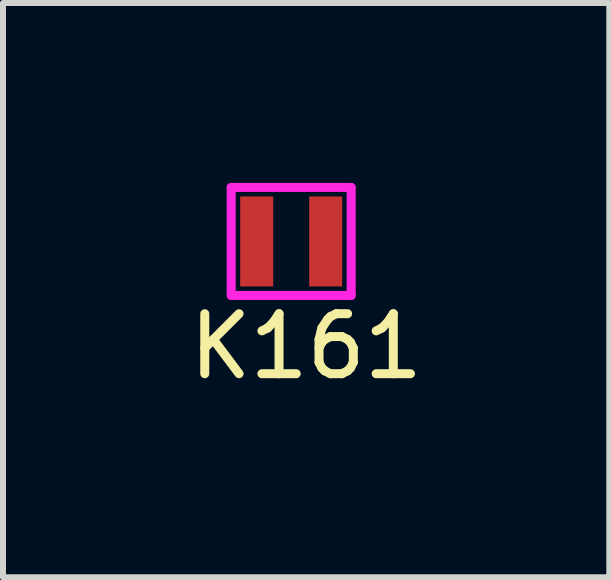
<source format=kicad_pcb>
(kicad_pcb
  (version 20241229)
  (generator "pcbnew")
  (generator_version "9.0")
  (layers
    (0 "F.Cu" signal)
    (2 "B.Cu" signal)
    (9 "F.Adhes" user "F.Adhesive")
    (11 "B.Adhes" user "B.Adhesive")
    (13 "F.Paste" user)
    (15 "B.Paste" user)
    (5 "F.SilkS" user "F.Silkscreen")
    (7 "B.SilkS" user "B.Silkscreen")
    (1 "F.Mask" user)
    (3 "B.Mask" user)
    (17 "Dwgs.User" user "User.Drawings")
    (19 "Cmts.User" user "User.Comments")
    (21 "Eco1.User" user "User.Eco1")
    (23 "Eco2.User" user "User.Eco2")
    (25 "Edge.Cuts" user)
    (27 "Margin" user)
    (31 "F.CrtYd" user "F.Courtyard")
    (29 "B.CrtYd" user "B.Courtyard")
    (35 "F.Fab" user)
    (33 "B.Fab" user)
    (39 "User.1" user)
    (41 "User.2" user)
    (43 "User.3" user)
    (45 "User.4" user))
  (footprint "K161"
    (layer "F.Cu")
    (at 1.804 0.975)
    (property "Reference" "K161" (at 0.25 1.75 0) (layer "F.SilkS") (effects (font (size 1 1) (thickness 0.15))))
    (attr through_hole)
    (fp_line (start -1 -0.9) (end 1 -0.9) (stroke (width 0.15) (type solid)) (layer "F.CrtYd"))
    (fp_line (start -1 0.9) (end -1 -0.9) (stroke (width 0.15) (type solid)) (layer "F.CrtYd"))
    (fp_line (start 1 -0.9) (end 1 0.9) (stroke (width 0.15) (type solid)) (layer "F.CrtYd"))
    (fp_line (start 1 0.9) (end -1 0.9) (stroke (width 0.15) (type solid)) (layer "F.CrtYd"))
    (pad "1" smd rect (at -0.575 0) (size 0.55 1.5) (layers "F.Cu" "F.Mask" "F.Paste"))
    (pad "2" smd rect (at 0.575 0) (size 0.55 1.5) (layers "F.Cu" "F.Mask" "F.Paste")))
  (gr_rect
    (start -3 -3)
    (end 7.107 6.573)
    (stroke (width 0.1) (type default))
    (fill no)
    (layer "Edge.Cuts")))
</source>
